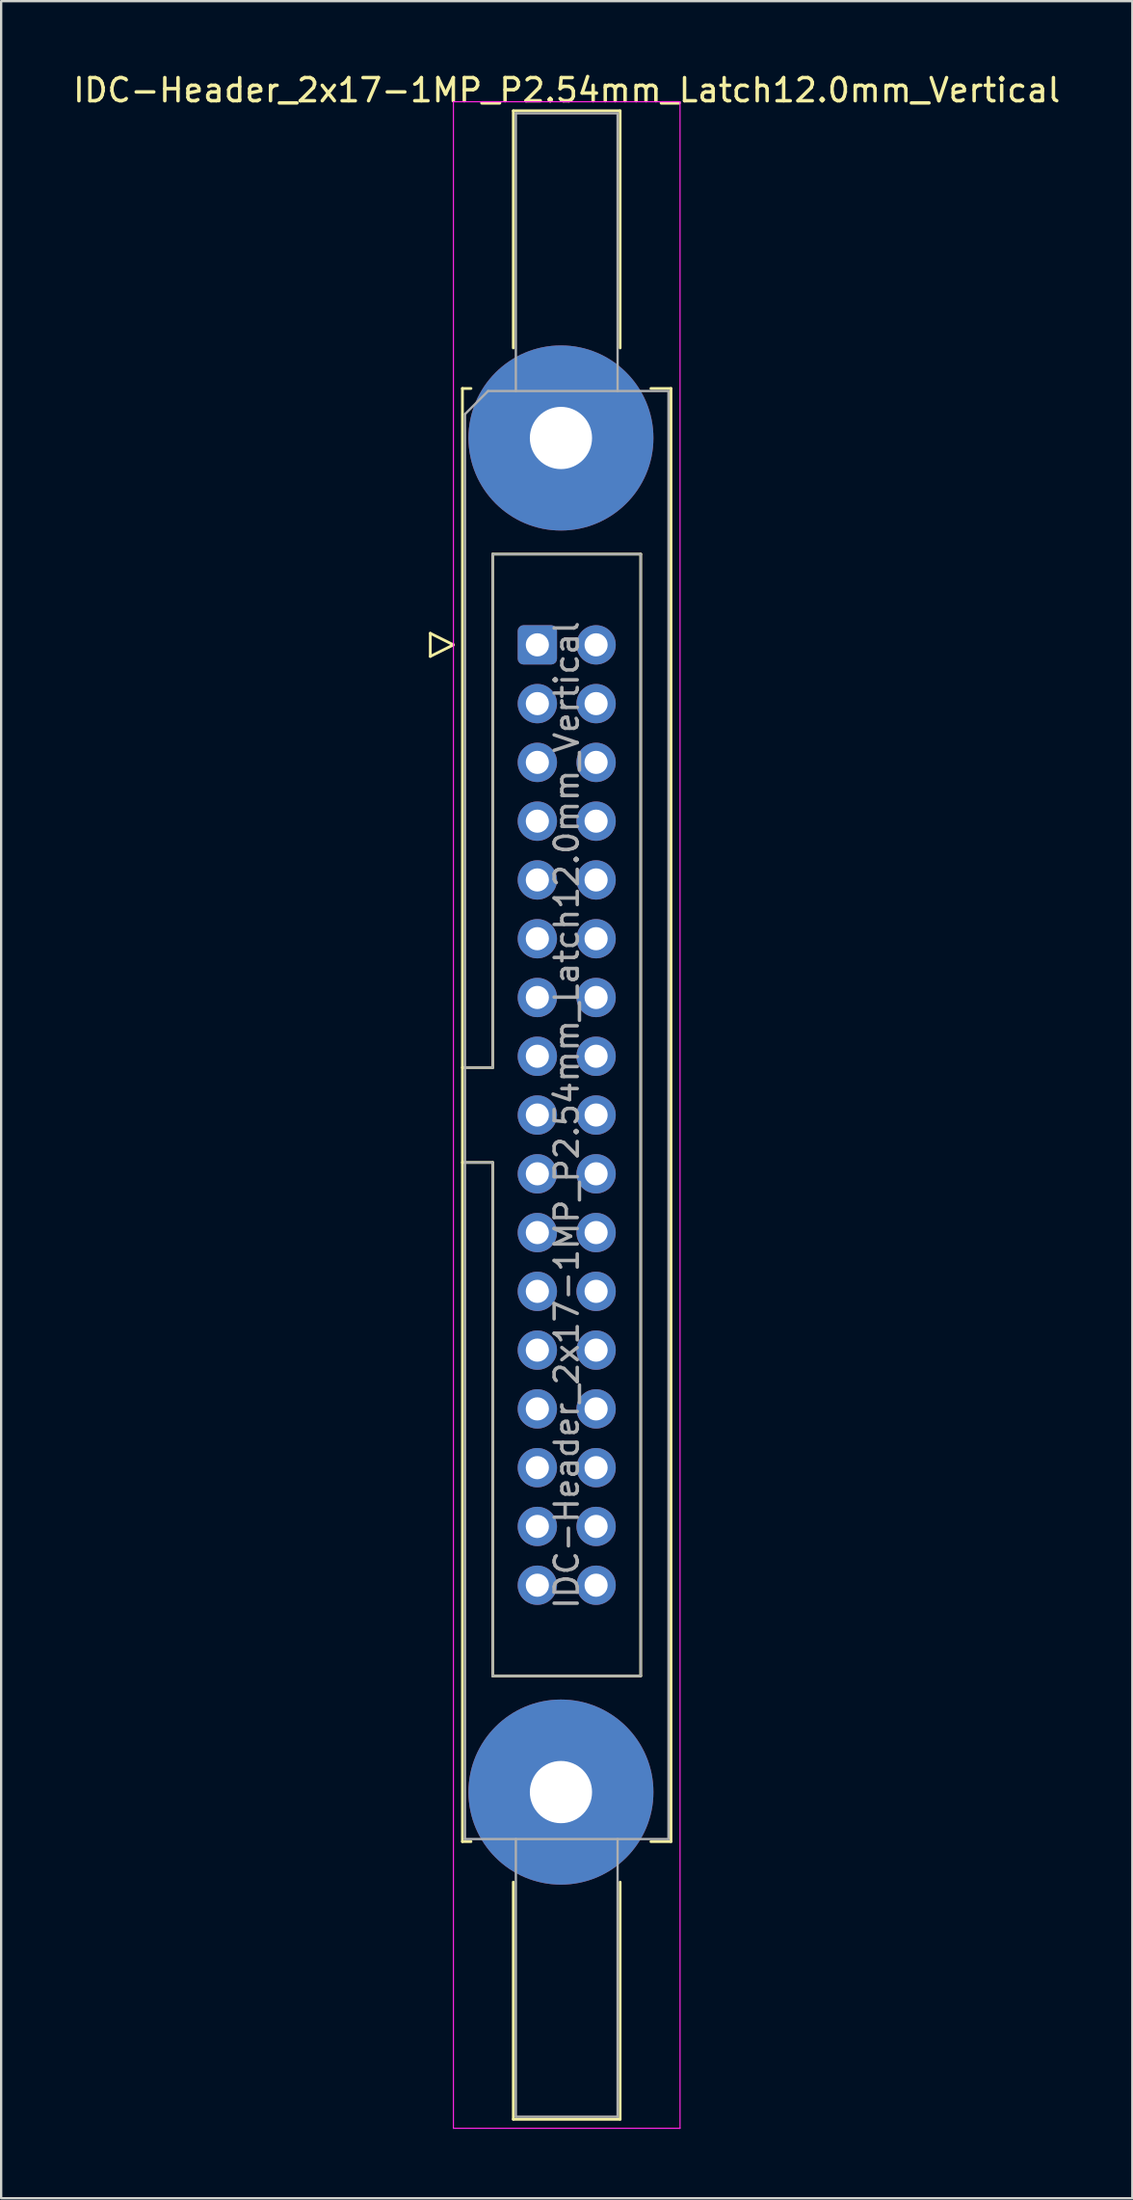
<source format=kicad_pcb>
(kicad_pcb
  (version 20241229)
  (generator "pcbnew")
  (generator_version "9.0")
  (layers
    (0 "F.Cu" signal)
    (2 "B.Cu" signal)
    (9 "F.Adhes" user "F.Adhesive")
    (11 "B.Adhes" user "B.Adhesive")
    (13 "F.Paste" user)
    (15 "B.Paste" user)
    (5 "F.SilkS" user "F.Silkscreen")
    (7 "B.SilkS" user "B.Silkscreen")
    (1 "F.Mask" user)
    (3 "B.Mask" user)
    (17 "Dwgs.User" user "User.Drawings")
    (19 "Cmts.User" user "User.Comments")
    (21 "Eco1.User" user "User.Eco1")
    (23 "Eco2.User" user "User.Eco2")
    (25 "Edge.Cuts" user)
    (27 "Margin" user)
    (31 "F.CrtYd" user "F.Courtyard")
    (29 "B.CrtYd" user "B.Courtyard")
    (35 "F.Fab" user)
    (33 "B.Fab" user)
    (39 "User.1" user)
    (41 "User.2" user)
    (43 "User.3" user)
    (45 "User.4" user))
  (footprint "IDC-Header_2x17-1MP_P2.54mm_Latch12.0mm_Vertical"
    (layer "F.Cu")
    (at 20.188 24.818)
    (property "Reference" "IDC-Header_2x17-1MP_P2.54mm_Latch12.0mm_Vertical" (at 1.27 -23.97 0) (layer "F.SilkS") (effects (font (size 1 1) (thickness 0.15))))
    (attr through_hole)
    (fp_line (start -4.63 -0.5) (end -4.63 0.5) (stroke (width 0.12) (type solid)) (layer "F.SilkS"))
    (fp_line (start -4.63 0.5) (end -3.63 0) (stroke (width 0.12) (type solid)) (layer "F.SilkS"))
    (fp_line (start -3.63 0) (end -4.63 -0.5) (stroke (width 0.12) (type solid)) (layer "F.SilkS"))
    (fp_line (start -3.24 -11.08) (end -3.24 51.72) (stroke (width 0.12) (type solid)) (layer "F.SilkS"))
    (fp_line (start -3.24 18.27) (end -1.93 18.27) (stroke (width 0.12) (type solid)) (layer "F.SilkS"))
    (fp_line (start -3.24 51.72) (end -2.87 51.72) (stroke (width 0.12) (type solid)) (layer "F.SilkS"))
    (fp_line (start -2.87 -11.08) (end -3.24 -11.08) (stroke (width 0.12) (type solid)) (layer "F.SilkS"))
    (fp_line (start -1.93 -3.92) (end 4.47 -3.92) (stroke (width 0.12) (type solid)) (layer "F.SilkS"))
    (fp_line (start -1.93 18.27) (end -1.93 -3.92) (stroke (width 0.12) (type solid)) (layer "F.SilkS"))
    (fp_line (start -1.93 22.37) (end -3.24 22.37) (stroke (width 0.12) (type solid)) (layer "F.SilkS"))
    (fp_line (start -1.93 44.56) (end -1.93 22.37) (stroke (width 0.12) (type solid)) (layer "F.SilkS"))
    (fp_line (start -1.04 -23.08) (end 3.58 -23.08) (stroke (width 0.12) (type solid)) (layer "F.SilkS"))
    (fp_line (start -1.04 -12.83) (end -1.04 -23.08) (stroke (width 0.12) (type solid)) (layer "F.SilkS"))
    (fp_line (start -1.04 53.47) (end -1.04 63.72) (stroke (width 0.12) (type solid)) (layer "F.SilkS"))
    (fp_line (start -1.04 63.72) (end 3.58 63.72) (stroke (width 0.12) (type solid)) (layer "F.SilkS"))
    (fp_line (start 3.58 -23.08) (end 3.58 -12.83) (stroke (width 0.12) (type solid)) (layer "F.SilkS"))
    (fp_line (start 3.58 63.72) (end 3.58 53.47) (stroke (width 0.12) (type solid)) (layer "F.SilkS"))
    (fp_line (start 4.47 -3.92) (end 4.47 44.56) (stroke (width 0.12) (type solid)) (layer "F.SilkS"))
    (fp_line (start 4.47 44.56) (end -1.93 44.56) (stroke (width 0.12) (type solid)) (layer "F.SilkS"))
    (fp_line (start 4.91 -11.08) (end 5.78 -11.08) (stroke (width 0.12) (type solid)) (layer "F.SilkS"))
    (fp_line (start 5.78 -11.08) (end 5.78 51.72) (stroke (width 0.12) (type solid)) (layer "F.SilkS"))
    (fp_line (start 5.78 51.72) (end 4.91 51.72) (stroke (width 0.12) (type solid)) (layer "F.SilkS"))
    (fp_line (start -3.63 -23.47) (end -3.63 64.11) (stroke (width 0.05) (type solid)) (layer "F.CrtYd"))
    (fp_line (start -3.63 64.11) (end 6.17 64.11) (stroke (width 0.05) (type solid)) (layer "F.CrtYd"))
    (fp_line (start 6.17 -23.47) (end -3.63 -23.47) (stroke (width 0.05) (type solid)) (layer "F.CrtYd"))
    (fp_line (start 6.17 64.11) (end 6.17 -23.47) (stroke (width 0.05) (type solid)) (layer "F.CrtYd"))
    (fp_line (start -3.13 -9.97) (end -2.13 -10.97) (stroke (width 0.1) (type solid)) (layer "F.Fab"))
    (fp_line (start -3.13 18.27) (end -1.93 18.27) (stroke (width 0.1) (type solid)) (layer "F.Fab"))
    (fp_line (start -3.13 51.61) (end -3.13 -9.97) (stroke (width 0.1) (type solid)) (layer "F.Fab"))
    (fp_line (start -2.13 -10.97) (end 5.67 -10.97) (stroke (width 0.1) (type solid)) (layer "F.Fab"))
    (fp_line (start -1.93 -3.92) (end 4.47 -3.92) (stroke (width 0.1) (type solid)) (layer "F.Fab"))
    (fp_line (start -1.93 18.27) (end -1.93 -3.92) (stroke (width 0.1) (type solid)) (layer "F.Fab"))
    (fp_line (start -1.93 22.37) (end -3.13 22.37) (stroke (width 0.1) (type solid)) (layer "F.Fab"))
    (fp_line (start -1.93 44.56) (end -1.93 22.37) (stroke (width 0.1) (type solid)) (layer "F.Fab"))
    (fp_line (start -0.93 -22.97) (end 3.47 -22.97) (stroke (width 0.1) (type solid)) (layer "F.Fab"))
    (fp_line (start -0.93 -10.97) (end -0.93 -22.97) (stroke (width 0.1) (type solid)) (layer "F.Fab"))
    (fp_line (start -0.93 51.61) (end -0.93 63.61) (stroke (width 0.1) (type solid)) (layer "F.Fab"))
    (fp_line (start -0.93 63.61) (end 3.47 63.61) (stroke (width 0.1) (type solid)) (layer "F.Fab"))
    (fp_line (start 3.47 -22.97) (end 3.47 -10.97) (stroke (width 0.1) (type solid)) (layer "F.Fab"))
    (fp_line (start 3.47 63.61) (end 3.47 51.61) (stroke (width 0.1) (type solid)) (layer "F.Fab"))
    (fp_line (start 4.47 -3.92) (end 4.47 44.56) (stroke (width 0.1) (type solid)) (layer "F.Fab"))
    (fp_line (start 4.47 44.56) (end -1.93 44.56) (stroke (width 0.1) (type solid)) (layer "F.Fab"))
    (fp_line (start 5.67 -10.97) (end 5.67 51.61) (stroke (width 0.1) (type solid)) (layer "F.Fab"))
    (fp_line (start 5.67 51.61) (end -3.13 51.61) (stroke (width 0.1) (type solid)) (layer "F.Fab"))
    (fp_text user "${REFERENCE}" (at 1.27 20.32 90) (layer "F.Fab") (effects (font (size 1 1) (thickness 0.15))))
    (pad "1" thru_hole roundrect (at 0 0) (size 1.7 1.7) (drill 1) (layers "*.Cu" "*.Mask") (roundrect_rratio 0.147))
    (pad "2" thru_hole circle (at 2.54 0) (size 1.7 1.7) (drill 1) (layers "*.Cu" "*.Mask"))
    (pad "3" thru_hole circle (at 0 2.54) (size 1.7 1.7) (drill 1) (layers "*.Cu" "*.Mask"))
    (pad "4" thru_hole circle (at 2.54 2.54) (size 1.7 1.7) (drill 1) (layers "*.Cu" "*.Mask"))
    (pad "5" thru_hole circle (at 0 5.08) (size 1.7 1.7) (drill 1) (layers "*.Cu" "*.Mask"))
    (pad "6" thru_hole circle (at 2.54 5.08) (size 1.7 1.7) (drill 1) (layers "*.Cu" "*.Mask"))
    (pad "7" thru_hole circle (at 0 7.62) (size 1.7 1.7) (drill 1) (layers "*.Cu" "*.Mask"))
    (pad "8" thru_hole circle (at 2.54 7.62) (size 1.7 1.7) (drill 1) (layers "*.Cu" "*.Mask"))
    (pad "9" thru_hole circle (at 0 10.16) (size 1.7 1.7) (drill 1) (layers "*.Cu" "*.Mask"))
    (pad "10" thru_hole circle (at 2.54 10.16) (size 1.7 1.7) (drill 1) (layers "*.Cu" "*.Mask"))
    (pad "11" thru_hole circle (at 0 12.7) (size 1.7 1.7) (drill 1) (layers "*.Cu" "*.Mask"))
    (pad "12" thru_hole circle (at 2.54 12.7) (size 1.7 1.7) (drill 1) (layers "*.Cu" "*.Mask"))
    (pad "13" thru_hole circle (at 0 15.24) (size 1.7 1.7) (drill 1) (layers "*.Cu" "*.Mask"))
    (pad "14" thru_hole circle (at 2.54 15.24) (size 1.7 1.7) (drill 1) (layers "*.Cu" "*.Mask"))
    (pad "15" thru_hole circle (at 0 17.78) (size 1.7 1.7) (drill 1) (layers "*.Cu" "*.Mask"))
    (pad "16" thru_hole circle (at 2.54 17.78) (size 1.7 1.7) (drill 1) (layers "*.Cu" "*.Mask"))
    (pad "17" thru_hole circle (at 0 20.32) (size 1.7 1.7) (drill 1) (layers "*.Cu" "*.Mask"))
    (pad "18" thru_hole circle (at 2.54 20.32) (size 1.7 1.7) (drill 1) (layers "*.Cu" "*.Mask"))
    (pad "19" thru_hole circle (at 0 22.86) (size 1.7 1.7) (drill 1) (layers "*.Cu" "*.Mask"))
    (pad "20" thru_hole circle (at 2.54 22.86) (size 1.7 1.7) (drill 1) (layers "*.Cu" "*.Mask"))
    (pad "21" thru_hole circle (at 0 25.4) (size 1.7 1.7) (drill 1) (layers "*.Cu" "*.Mask"))
    (pad "22" thru_hole circle (at 2.54 25.4) (size 1.7 1.7) (drill 1) (layers "*.Cu" "*.Mask"))
    (pad "23" thru_hole circle (at 0 27.94) (size 1.7 1.7) (drill 1) (layers "*.Cu" "*.Mask"))
    (pad "24" thru_hole circle (at 2.54 27.94) (size 1.7 1.7) (drill 1) (layers "*.Cu" "*.Mask"))
    (pad "25" thru_hole circle (at 0 30.48) (size 1.7 1.7) (drill 1) (layers "*.Cu" "*.Mask"))
    (pad "26" thru_hole circle (at 2.54 30.48) (size 1.7 1.7) (drill 1) (layers "*.Cu" "*.Mask"))
    (pad "27" thru_hole circle (at 0 33.02) (size 1.7 1.7) (drill 1) (layers "*.Cu" "*.Mask"))
    (pad "28" thru_hole circle (at 2.54 33.02) (size 1.7 1.7) (drill 1) (layers "*.Cu" "*.Mask"))
    (pad "29" thru_hole circle (at 0 35.56) (size 1.7 1.7) (drill 1) (layers "*.Cu" "*.Mask"))
    (pad "30" thru_hole circle (at 2.54 35.56) (size 1.7 1.7) (drill 1) (layers "*.Cu" "*.Mask"))
    (pad "31" thru_hole circle (at 0 38.1) (size 1.7 1.7) (drill 1) (layers "*.Cu" "*.Mask"))
    (pad "32" thru_hole circle (at 2.54 38.1) (size 1.7 1.7) (drill 1) (layers "*.Cu" "*.Mask"))
    (pad "33" thru_hole circle (at 0 40.64) (size 1.7 1.7) (drill 1) (layers "*.Cu" "*.Mask"))
    (pad "34" thru_hole circle (at 2.54 40.64) (size 1.7 1.7) (drill 1) (layers "*.Cu" "*.Mask"))
    (pad "MP" thru_hole circle (at 1.02 -8.94) (size 8 8) (drill 2.69) (layers "*.Cu" "*.Mask"))
    (pad "MP" thru_hole circle (at 1.02 49.58) (size 8 8) (drill 2.69) (layers "*.Cu" "*.Mask")))
  (gr_rect
    (start -3 -3)
    (end 45.917 91.953)
    (stroke (width 0.1) (type default))
    (fill no)
    (layer "Edge.Cuts")))
</source>
